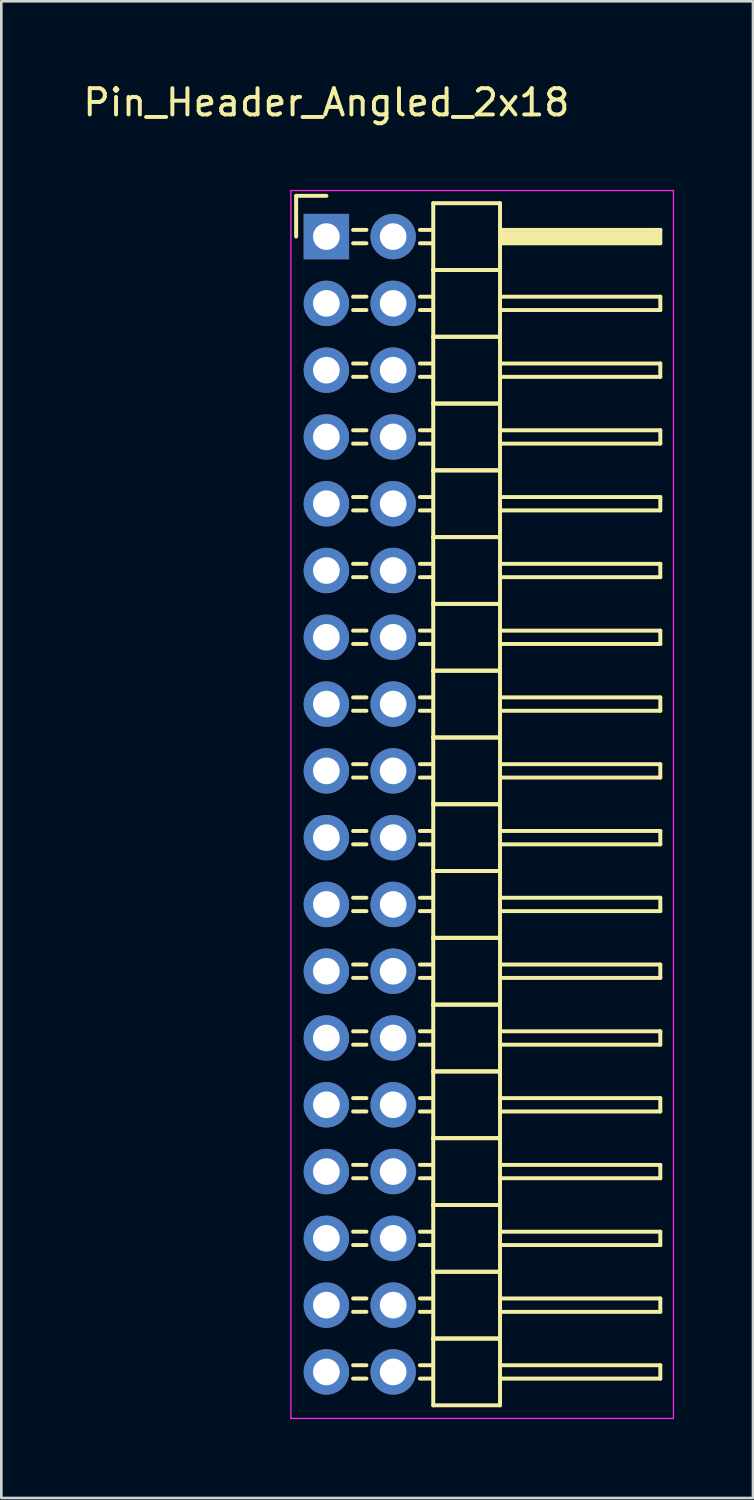
<source format=kicad_pcb>
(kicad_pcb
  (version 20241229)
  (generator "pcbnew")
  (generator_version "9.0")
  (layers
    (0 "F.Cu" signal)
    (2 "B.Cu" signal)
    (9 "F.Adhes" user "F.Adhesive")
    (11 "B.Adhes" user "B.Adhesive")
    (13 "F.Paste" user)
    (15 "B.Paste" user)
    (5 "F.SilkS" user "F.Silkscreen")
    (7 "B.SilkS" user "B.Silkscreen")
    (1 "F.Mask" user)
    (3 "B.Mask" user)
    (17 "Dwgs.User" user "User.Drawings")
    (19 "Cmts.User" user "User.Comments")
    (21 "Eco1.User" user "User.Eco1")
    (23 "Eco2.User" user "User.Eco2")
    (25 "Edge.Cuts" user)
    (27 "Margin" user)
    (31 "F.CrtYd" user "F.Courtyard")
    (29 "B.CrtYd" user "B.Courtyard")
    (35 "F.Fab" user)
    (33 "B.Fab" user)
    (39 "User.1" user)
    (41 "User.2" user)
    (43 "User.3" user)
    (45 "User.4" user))
  (footprint "Pin_Header_Angled_2x18"
    (layer "F.Cu")
    (at 9.363 5.948)
    (property "Reference" "Pin_Header_Angled_2x18" (at 0 -5.1 0) (layer "F.SilkS") (effects (font (size 1 1) (thickness 0.15))))
    (attr through_hole)
    (fp_line (start -1.15 -1.55) (end -1.15 0) (stroke (width 0.15) (type solid)) (layer "F.SilkS"))
    (fp_line (start 0 -1.55) (end -1.15 -1.55) (stroke (width 0.15) (type solid)) (layer "F.SilkS"))
    (fp_line (start 1.524 -0.254) (end 1.016 -0.254) (stroke (width 0.15) (type solid)) (layer "F.SilkS"))
    (fp_line (start 1.524 0.254) (end 1.016 0.254) (stroke (width 0.15) (type solid)) (layer "F.SilkS"))
    (fp_line (start 1.524 2.286) (end 1.016 2.286) (stroke (width 0.15) (type solid)) (layer "F.SilkS"))
    (fp_line (start 1.524 2.794) (end 1.016 2.794) (stroke (width 0.15) (type solid)) (layer "F.SilkS"))
    (fp_line (start 1.524 4.826) (end 1.016 4.826) (stroke (width 0.15) (type solid)) (layer "F.SilkS"))
    (fp_line (start 1.524 5.334) (end 1.016 5.334) (stroke (width 0.15) (type solid)) (layer "F.SilkS"))
    (fp_line (start 1.524 7.366) (end 1.016 7.366) (stroke (width 0.15) (type solid)) (layer "F.SilkS"))
    (fp_line (start 1.524 7.874) (end 1.016 7.874) (stroke (width 0.15) (type solid)) (layer "F.SilkS"))
    (fp_line (start 1.524 9.906) (end 1.016 9.906) (stroke (width 0.15) (type solid)) (layer "F.SilkS"))
    (fp_line (start 1.524 10.414) (end 1.016 10.414) (stroke (width 0.15) (type solid)) (layer "F.SilkS"))
    (fp_line (start 1.524 12.446) (end 1.016 12.446) (stroke (width 0.15) (type solid)) (layer "F.SilkS"))
    (fp_line (start 1.524 12.954) (end 1.016 12.954) (stroke (width 0.15) (type solid)) (layer "F.SilkS"))
    (fp_line (start 1.524 14.986) (end 1.016 14.986) (stroke (width 0.15) (type solid)) (layer "F.SilkS"))
    (fp_line (start 1.524 15.494) (end 1.016 15.494) (stroke (width 0.15) (type solid)) (layer "F.SilkS"))
    (fp_line (start 1.524 17.526) (end 1.016 17.526) (stroke (width 0.15) (type solid)) (layer "F.SilkS"))
    (fp_line (start 1.524 18.034) (end 1.016 18.034) (stroke (width 0.15) (type solid)) (layer "F.SilkS"))
    (fp_line (start 1.524 20.066) (end 1.016 20.066) (stroke (width 0.15) (type solid)) (layer "F.SilkS"))
    (fp_line (start 1.524 20.574) (end 1.016 20.574) (stroke (width 0.15) (type solid)) (layer "F.SilkS"))
    (fp_line (start 1.524 22.606) (end 1.016 22.606) (stroke (width 0.15) (type solid)) (layer "F.SilkS"))
    (fp_line (start 1.524 23.114) (end 1.016 23.114) (stroke (width 0.15) (type solid)) (layer "F.SilkS"))
    (fp_line (start 1.524 25.146) (end 1.016 25.146) (stroke (width 0.15) (type solid)) (layer "F.SilkS"))
    (fp_line (start 1.524 25.654) (end 1.016 25.654) (stroke (width 0.15) (type solid)) (layer "F.SilkS"))
    (fp_line (start 1.524 27.686) (end 1.016 27.686) (stroke (width 0.15) (type solid)) (layer "F.SilkS"))
    (fp_line (start 1.524 28.194) (end 1.016 28.194) (stroke (width 0.15) (type solid)) (layer "F.SilkS"))
    (fp_line (start 1.524 30.226) (end 1.016 30.226) (stroke (width 0.15) (type solid)) (layer "F.SilkS"))
    (fp_line (start 1.524 30.734) (end 1.016 30.734) (stroke (width 0.15) (type solid)) (layer "F.SilkS"))
    (fp_line (start 1.524 32.766) (end 1.016 32.766) (stroke (width 0.15) (type solid)) (layer "F.SilkS"))
    (fp_line (start 1.524 33.274) (end 1.016 33.274) (stroke (width 0.15) (type solid)) (layer "F.SilkS"))
    (fp_line (start 1.524 35.306) (end 1.016 35.306) (stroke (width 0.15) (type solid)) (layer "F.SilkS"))
    (fp_line (start 1.524 35.814) (end 1.016 35.814) (stroke (width 0.15) (type solid)) (layer "F.SilkS"))
    (fp_line (start 1.524 37.846) (end 1.016 37.846) (stroke (width 0.15) (type solid)) (layer "F.SilkS"))
    (fp_line (start 1.524 38.354) (end 1.016 38.354) (stroke (width 0.15) (type solid)) (layer "F.SilkS"))
    (fp_line (start 1.524 40.386) (end 1.016 40.386) (stroke (width 0.15) (type solid)) (layer "F.SilkS"))
    (fp_line (start 1.524 40.894) (end 1.016 40.894) (stroke (width 0.15) (type solid)) (layer "F.SilkS"))
    (fp_line (start 1.524 42.926) (end 1.016 42.926) (stroke (width 0.15) (type solid)) (layer "F.SilkS"))
    (fp_line (start 1.524 43.434) (end 1.016 43.434) (stroke (width 0.15) (type solid)) (layer "F.SilkS"))
    (fp_line (start 4.064 -1.27) (end 4.064 1.27) (stroke (width 0.15) (type solid)) (layer "F.SilkS"))
    (fp_line (start 4.064 -1.27) (end 6.604 -1.27) (stroke (width 0.15) (type solid)) (layer "F.SilkS"))
    (fp_line (start 4.064 -0.254) (end 3.556 -0.254) (stroke (width 0.15) (type solid)) (layer "F.SilkS"))
    (fp_line (start 4.064 0.254) (end 3.556 0.254) (stroke (width 0.15) (type solid)) (layer "F.SilkS"))
    (fp_line (start 4.064 1.27) (end 4.064 3.81) (stroke (width 0.15) (type solid)) (layer "F.SilkS"))
    (fp_line (start 4.064 1.27) (end 6.604 1.27) (stroke (width 0.15) (type solid)) (layer "F.SilkS"))
    (fp_line (start 4.064 1.27) (end 6.604 1.27) (stroke (width 0.15) (type solid)) (layer "F.SilkS"))
    (fp_line (start 4.064 2.286) (end 3.556 2.286) (stroke (width 0.15) (type solid)) (layer "F.SilkS"))
    (fp_line (start 4.064 2.794) (end 3.556 2.794) (stroke (width 0.15) (type solid)) (layer "F.SilkS"))
    (fp_line (start 4.064 3.81) (end 4.064 6.35) (stroke (width 0.15) (type solid)) (layer "F.SilkS"))
    (fp_line (start 4.064 3.81) (end 6.604 3.81) (stroke (width 0.15) (type solid)) (layer "F.SilkS"))
    (fp_line (start 4.064 3.81) (end 6.604 3.81) (stroke (width 0.15) (type solid)) (layer "F.SilkS"))
    (fp_line (start 4.064 4.826) (end 3.556 4.826) (stroke (width 0.15) (type solid)) (layer "F.SilkS"))
    (fp_line (start 4.064 5.334) (end 3.556 5.334) (stroke (width 0.15) (type solid)) (layer "F.SilkS"))
    (fp_line (start 4.064 6.35) (end 4.064 8.89) (stroke (width 0.15) (type solid)) (layer "F.SilkS"))
    (fp_line (start 4.064 6.35) (end 6.604 6.35) (stroke (width 0.15) (type solid)) (layer "F.SilkS"))
    (fp_line (start 4.064 6.35) (end 6.604 6.35) (stroke (width 0.15) (type solid)) (layer "F.SilkS"))
    (fp_line (start 4.064 7.366) (end 3.556 7.366) (stroke (width 0.15) (type solid)) (layer "F.SilkS"))
    (fp_line (start 4.064 7.874) (end 3.556 7.874) (stroke (width 0.15) (type solid)) (layer "F.SilkS"))
    (fp_line (start 4.064 8.89) (end 4.064 11.43) (stroke (width 0.15) (type solid)) (layer "F.SilkS"))
    (fp_line (start 4.064 8.89) (end 6.604 8.89) (stroke (width 0.15) (type solid)) (layer "F.SilkS"))
    (fp_line (start 4.064 8.89) (end 6.604 8.89) (stroke (width 0.15) (type solid)) (layer "F.SilkS"))
    (fp_line (start 4.064 9.906) (end 3.556 9.906) (stroke (width 0.15) (type solid)) (layer "F.SilkS"))
    (fp_line (start 4.064 10.414) (end 3.556 10.414) (stroke (width 0.15) (type solid)) (layer "F.SilkS"))
    (fp_line (start 4.064 11.43) (end 4.064 13.97) (stroke (width 0.15) (type solid)) (layer "F.SilkS"))
    (fp_line (start 4.064 11.43) (end 6.604 11.43) (stroke (width 0.15) (type solid)) (layer "F.SilkS"))
    (fp_line (start 4.064 11.43) (end 6.604 11.43) (stroke (width 0.15) (type solid)) (layer "F.SilkS"))
    (fp_line (start 4.064 12.446) (end 3.556 12.446) (stroke (width 0.15) (type solid)) (layer "F.SilkS"))
    (fp_line (start 4.064 12.954) (end 3.556 12.954) (stroke (width 0.15) (type solid)) (layer "F.SilkS"))
    (fp_line (start 4.064 13.97) (end 4.064 16.51) (stroke (width 0.15) (type solid)) (layer "F.SilkS"))
    (fp_line (start 4.064 13.97) (end 6.604 13.97) (stroke (width 0.15) (type solid)) (layer "F.SilkS"))
    (fp_line (start 4.064 13.97) (end 6.604 13.97) (stroke (width 0.15) (type solid)) (layer "F.SilkS"))
    (fp_line (start 4.064 14.986) (end 3.556 14.986) (stroke (width 0.15) (type solid)) (layer "F.SilkS"))
    (fp_line (start 4.064 15.494) (end 3.556 15.494) (stroke (width 0.15) (type solid)) (layer "F.SilkS"))
    (fp_line (start 4.064 16.51) (end 4.064 19.05) (stroke (width 0.15) (type solid)) (layer "F.SilkS"))
    (fp_line (start 4.064 16.51) (end 6.604 16.51) (stroke (width 0.15) (type solid)) (layer "F.SilkS"))
    (fp_line (start 4.064 16.51) (end 6.604 16.51) (stroke (width 0.15) (type solid)) (layer "F.SilkS"))
    (fp_line (start 4.064 17.526) (end 3.556 17.526) (stroke (width 0.15) (type solid)) (layer "F.SilkS"))
    (fp_line (start 4.064 18.034) (end 3.556 18.034) (stroke (width 0.15) (type solid)) (layer "F.SilkS"))
    (fp_line (start 4.064 19.05) (end 4.064 21.59) (stroke (width 0.15) (type solid)) (layer "F.SilkS"))
    (fp_line (start 4.064 19.05) (end 6.604 19.05) (stroke (width 0.15) (type solid)) (layer "F.SilkS"))
    (fp_line (start 4.064 19.05) (end 6.604 19.05) (stroke (width 0.15) (type solid)) (layer "F.SilkS"))
    (fp_line (start 4.064 20.066) (end 3.556 20.066) (stroke (width 0.15) (type solid)) (layer "F.SilkS"))
    (fp_line (start 4.064 20.574) (end 3.556 20.574) (stroke (width 0.15) (type solid)) (layer "F.SilkS"))
    (fp_line (start 4.064 21.59) (end 4.064 24.13) (stroke (width 0.15) (type solid)) (layer "F.SilkS"))
    (fp_line (start 4.064 21.59) (end 6.604 21.59) (stroke (width 0.15) (type solid)) (layer "F.SilkS"))
    (fp_line (start 4.064 21.59) (end 6.604 21.59) (stroke (width 0.15) (type solid)) (layer "F.SilkS"))
    (fp_line (start 4.064 22.606) (end 3.556 22.606) (stroke (width 0.15) (type solid)) (layer "F.SilkS"))
    (fp_line (start 4.064 23.114) (end 3.556 23.114) (stroke (width 0.15) (type solid)) (layer "F.SilkS"))
    (fp_line (start 4.064 24.13) (end 4.064 26.67) (stroke (width 0.15) (type solid)) (layer "F.SilkS"))
    (fp_line (start 4.064 24.13) (end 6.604 24.13) (stroke (width 0.15) (type solid)) (layer "F.SilkS"))
    (fp_line (start 4.064 24.13) (end 6.604 24.13) (stroke (width 0.15) (type solid)) (layer "F.SilkS"))
    (fp_line (start 4.064 25.146) (end 3.556 25.146) (stroke (width 0.15) (type solid)) (layer "F.SilkS"))
    (fp_line (start 4.064 25.654) (end 3.556 25.654) (stroke (width 0.15) (type solid)) (layer "F.SilkS"))
    (fp_line (start 4.064 26.67) (end 4.064 29.21) (stroke (width 0.15) (type solid)) (layer "F.SilkS"))
    (fp_line (start 4.064 26.67) (end 6.604 26.67) (stroke (width 0.15) (type solid)) (layer "F.SilkS"))
    (fp_line (start 4.064 26.67) (end 6.604 26.67) (stroke (width 0.15) (type solid)) (layer "F.SilkS"))
    (fp_line (start 4.064 27.686) (end 3.556 27.686) (stroke (width 0.15) (type solid)) (layer "F.SilkS"))
    (fp_line (start 4.064 28.194) (end 3.556 28.194) (stroke (width 0.15) (type solid)) (layer "F.SilkS"))
    (fp_line (start 4.064 29.21) (end 4.064 31.75) (stroke (width 0.15) (type solid)) (layer "F.SilkS"))
    (fp_line (start 4.064 29.21) (end 6.604 29.21) (stroke (width 0.15) (type solid)) (layer "F.SilkS"))
    (fp_line (start 4.064 29.21) (end 6.604 29.21) (stroke (width 0.15) (type solid)) (layer "F.SilkS"))
    (fp_line (start 4.064 30.226) (end 3.556 30.226) (stroke (width 0.15) (type solid)) (layer "F.SilkS"))
    (fp_line (start 4.064 30.734) (end 3.556 30.734) (stroke (width 0.15) (type solid)) (layer "F.SilkS"))
    (fp_line (start 4.064 31.75) (end 4.064 34.29) (stroke (width 0.15) (type solid)) (layer "F.SilkS"))
    (fp_line (start 4.064 31.75) (end 6.604 31.75) (stroke (width 0.15) (type solid)) (layer "F.SilkS"))
    (fp_line (start 4.064 31.75) (end 6.604 31.75) (stroke (width 0.15) (type solid)) (layer "F.SilkS"))
    (fp_line (start 4.064 32.766) (end 3.556 32.766) (stroke (width 0.15) (type solid)) (layer "F.SilkS"))
    (fp_line (start 4.064 33.274) (end 3.556 33.274) (stroke (width 0.15) (type solid)) (layer "F.SilkS"))
    (fp_line (start 4.064 34.29) (end 4.064 36.83) (stroke (width 0.15) (type solid)) (layer "F.SilkS"))
    (fp_line (start 4.064 34.29) (end 6.604 34.29) (stroke (width 0.15) (type solid)) (layer "F.SilkS"))
    (fp_line (start 4.064 34.29) (end 6.604 34.29) (stroke (width 0.15) (type solid)) (layer "F.SilkS"))
    (fp_line (start 4.064 35.306) (end 3.556 35.306) (stroke (width 0.15) (type solid)) (layer "F.SilkS"))
    (fp_line (start 4.064 35.814) (end 3.556 35.814) (stroke (width 0.15) (type solid)) (layer "F.SilkS"))
    (fp_line (start 4.064 36.83) (end 4.064 39.37) (stroke (width 0.15) (type solid)) (layer "F.SilkS"))
    (fp_line (start 4.064 36.83) (end 6.604 36.83) (stroke (width 0.15) (type solid)) (layer "F.SilkS"))
    (fp_line (start 4.064 36.83) (end 6.604 36.83) (stroke (width 0.15) (type solid)) (layer "F.SilkS"))
    (fp_line (start 4.064 37.846) (end 3.556 37.846) (stroke (width 0.15) (type solid)) (layer "F.SilkS"))
    (fp_line (start 4.064 38.354) (end 3.556 38.354) (stroke (width 0.15) (type solid)) (layer "F.SilkS"))
    (fp_line (start 4.064 39.37) (end 4.064 41.91) (stroke (width 0.15) (type solid)) (layer "F.SilkS"))
    (fp_line (start 4.064 39.37) (end 6.604 39.37) (stroke (width 0.15) (type solid)) (layer "F.SilkS"))
    (fp_line (start 4.064 39.37) (end 6.604 39.37) (stroke (width 0.15) (type solid)) (layer "F.SilkS"))
    (fp_line (start 4.064 40.386) (end 3.556 40.386) (stroke (width 0.15) (type solid)) (layer "F.SilkS"))
    (fp_line (start 4.064 40.894) (end 3.556 40.894) (stroke (width 0.15) (type solid)) (layer "F.SilkS"))
    (fp_line (start 4.064 41.91) (end 4.064 44.45) (stroke (width 0.15) (type solid)) (layer "F.SilkS"))
    (fp_line (start 4.064 41.91) (end 6.604 41.91) (stroke (width 0.15) (type solid)) (layer "F.SilkS"))
    (fp_line (start 4.064 41.91) (end 6.604 41.91) (stroke (width 0.15) (type solid)) (layer "F.SilkS"))
    (fp_line (start 4.064 42.926) (end 3.556 42.926) (stroke (width 0.15) (type solid)) (layer "F.SilkS"))
    (fp_line (start 4.064 43.434) (end 3.556 43.434) (stroke (width 0.15) (type solid)) (layer "F.SilkS"))
    (fp_line (start 4.064 44.45) (end 6.604 44.45) (stroke (width 0.15) (type solid)) (layer "F.SilkS"))
    (fp_line (start 6.604 -0.254) (end 12.7 -0.254) (stroke (width 0.15) (type solid)) (layer "F.SilkS"))
    (fp_line (start 6.604 -0.127) (end 12.573 -0.127) (stroke (width 0.15) (type solid)) (layer "F.SilkS"))
    (fp_line (start 6.604 1.27) (end 6.604 -1.27) (stroke (width 0.15) (type solid)) (layer "F.SilkS"))
    (fp_line (start 6.604 2.286) (end 12.7 2.286) (stroke (width 0.15) (type solid)) (layer "F.SilkS"))
    (fp_line (start 6.604 3.81) (end 6.604 1.27) (stroke (width 0.15) (type solid)) (layer "F.SilkS"))
    (fp_line (start 6.604 4.826) (end 12.7 4.826) (stroke (width 0.15) (type solid)) (layer "F.SilkS"))
    (fp_line (start 6.604 6.35) (end 6.604 3.81) (stroke (width 0.15) (type solid)) (layer "F.SilkS"))
    (fp_line (start 6.604 7.366) (end 12.7 7.366) (stroke (width 0.15) (type solid)) (layer "F.SilkS"))
    (fp_line (start 6.604 8.89) (end 6.604 6.35) (stroke (width 0.15) (type solid)) (layer "F.SilkS"))
    (fp_line (start 6.604 9.906) (end 12.7 9.906) (stroke (width 0.15) (type solid)) (layer "F.SilkS"))
    (fp_line (start 6.604 11.43) (end 6.604 8.89) (stroke (width 0.15) (type solid)) (layer "F.SilkS"))
    (fp_line (start 6.604 12.446) (end 12.7 12.446) (stroke (width 0.15) (type solid)) (layer "F.SilkS"))
    (fp_line (start 6.604 13.97) (end 6.604 11.43) (stroke (width 0.15) (type solid)) (layer "F.SilkS"))
    (fp_line (start 6.604 14.986) (end 12.7 14.986) (stroke (width 0.15) (type solid)) (layer "F.SilkS"))
    (fp_line (start 6.604 16.51) (end 6.604 13.97) (stroke (width 0.15) (type solid)) (layer "F.SilkS"))
    (fp_line (start 6.604 17.526) (end 12.7 17.526) (stroke (width 0.15) (type solid)) (layer "F.SilkS"))
    (fp_line (start 6.604 19.05) (end 6.604 16.51) (stroke (width 0.15) (type solid)) (layer "F.SilkS"))
    (fp_line (start 6.604 20.066) (end 12.7 20.066) (stroke (width 0.15) (type solid)) (layer "F.SilkS"))
    (fp_line (start 6.604 21.59) (end 6.604 19.05) (stroke (width 0.15) (type solid)) (layer "F.SilkS"))
    (fp_line (start 6.604 22.606) (end 12.7 22.606) (stroke (width 0.15) (type solid)) (layer "F.SilkS"))
    (fp_line (start 6.604 24.13) (end 6.604 21.59) (stroke (width 0.15) (type solid)) (layer "F.SilkS"))
    (fp_line (start 6.604 25.146) (end 12.7 25.146) (stroke (width 0.15) (type solid)) (layer "F.SilkS"))
    (fp_line (start 6.604 26.67) (end 6.604 24.13) (stroke (width 0.15) (type solid)) (layer "F.SilkS"))
    (fp_line (start 6.604 27.686) (end 12.7 27.686) (stroke (width 0.15) (type solid)) (layer "F.SilkS"))
    (fp_line (start 6.604 29.21) (end 6.604 26.67) (stroke (width 0.15) (type solid)) (layer "F.SilkS"))
    (fp_line (start 6.604 30.226) (end 12.7 30.226) (stroke (width 0.15) (type solid)) (layer "F.SilkS"))
    (fp_line (start 6.604 31.75) (end 6.604 29.21) (stroke (width 0.15) (type solid)) (layer "F.SilkS"))
    (fp_line (start 6.604 32.766) (end 12.7 32.766) (stroke (width 0.15) (type solid)) (layer "F.SilkS"))
    (fp_line (start 6.604 34.29) (end 6.604 31.75) (stroke (width 0.15) (type solid)) (layer "F.SilkS"))
    (fp_line (start 6.604 35.306) (end 12.7 35.306) (stroke (width 0.15) (type solid)) (layer "F.SilkS"))
    (fp_line (start 6.604 36.83) (end 6.604 34.29) (stroke (width 0.15) (type solid)) (layer "F.SilkS"))
    (fp_line (start 6.604 37.846) (end 12.7 37.846) (stroke (width 0.15) (type solid)) (layer "F.SilkS"))
    (fp_line (start 6.604 39.37) (end 6.604 36.83) (stroke (width 0.15) (type solid)) (layer "F.SilkS"))
    (fp_line (start 6.604 40.386) (end 12.7 40.386) (stroke (width 0.15) (type solid)) (layer "F.SilkS"))
    (fp_line (start 6.604 41.91) (end 6.604 39.37) (stroke (width 0.15) (type solid)) (layer "F.SilkS"))
    (fp_line (start 6.604 42.926) (end 12.7 42.926) (stroke (width 0.15) (type solid)) (layer "F.SilkS"))
    (fp_line (start 6.604 44.45) (end 6.604 41.91) (stroke (width 0.15) (type solid)) (layer "F.SilkS"))
    (fp_line (start 6.731 0) (end 12.573 0) (stroke (width 0.15) (type solid)) (layer "F.SilkS"))
    (fp_line (start 6.731 0.127) (end 6.731 0) (stroke (width 0.15) (type solid)) (layer "F.SilkS"))
    (fp_line (start 12.573 -0.127) (end 12.573 0.127) (stroke (width 0.15) (type solid)) (layer "F.SilkS"))
    (fp_line (start 12.573 0.127) (end 6.731 0.127) (stroke (width 0.15) (type solid)) (layer "F.SilkS"))
    (fp_line (start 12.7 -0.254) (end 12.7 0.254) (stroke (width 0.15) (type solid)) (layer "F.SilkS"))
    (fp_line (start 12.7 0.254) (end 6.604 0.254) (stroke (width 0.15) (type solid)) (layer "F.SilkS"))
    (fp_line (start 12.7 2.286) (end 12.7 2.794) (stroke (width 0.15) (type solid)) (layer "F.SilkS"))
    (fp_line (start 12.7 2.794) (end 6.604 2.794) (stroke (width 0.15) (type solid)) (layer "F.SilkS"))
    (fp_line (start 12.7 4.826) (end 12.7 5.334) (stroke (width 0.15) (type solid)) (layer "F.SilkS"))
    (fp_line (start 12.7 5.334) (end 6.604 5.334) (stroke (width 0.15) (type solid)) (layer "F.SilkS"))
    (fp_line (start 12.7 7.366) (end 12.7 7.874) (stroke (width 0.15) (type solid)) (layer "F.SilkS"))
    (fp_line (start 12.7 7.874) (end 6.604 7.874) (stroke (width 0.15) (type solid)) (layer "F.SilkS"))
    (fp_line (start 12.7 9.906) (end 12.7 10.414) (stroke (width 0.15) (type solid)) (layer "F.SilkS"))
    (fp_line (start 12.7 10.414) (end 6.604 10.414) (stroke (width 0.15) (type solid)) (layer "F.SilkS"))
    (fp_line (start 12.7 12.446) (end 12.7 12.954) (stroke (width 0.15) (type solid)) (layer "F.SilkS"))
    (fp_line (start 12.7 12.954) (end 6.604 12.954) (stroke (width 0.15) (type solid)) (layer "F.SilkS"))
    (fp_line (start 12.7 14.986) (end 12.7 15.494) (stroke (width 0.15) (type solid)) (layer "F.SilkS"))
    (fp_line (start 12.7 15.494) (end 6.604 15.494) (stroke (width 0.15) (type solid)) (layer "F.SilkS"))
    (fp_line (start 12.7 17.526) (end 12.7 18.034) (stroke (width 0.15) (type solid)) (layer "F.SilkS"))
    (fp_line (start 12.7 18.034) (end 6.604 18.034) (stroke (width 0.15) (type solid)) (layer "F.SilkS"))
    (fp_line (start 12.7 20.066) (end 12.7 20.574) (stroke (width 0.15) (type solid)) (layer "F.SilkS"))
    (fp_line (start 12.7 20.574) (end 6.604 20.574) (stroke (width 0.15) (type solid)) (layer "F.SilkS"))
    (fp_line (start 12.7 22.606) (end 12.7 23.114) (stroke (width 0.15) (type solid)) (layer "F.SilkS"))
    (fp_line (start 12.7 23.114) (end 6.604 23.114) (stroke (width 0.15) (type solid)) (layer "F.SilkS"))
    (fp_line (start 12.7 25.146) (end 12.7 25.654) (stroke (width 0.15) (type solid)) (layer "F.SilkS"))
    (fp_line (start 12.7 25.654) (end 6.604 25.654) (stroke (width 0.15) (type solid)) (layer "F.SilkS"))
    (fp_line (start 12.7 27.686) (end 12.7 28.194) (stroke (width 0.15) (type solid)) (layer "F.SilkS"))
    (fp_line (start 12.7 28.194) (end 6.604 28.194) (stroke (width 0.15) (type solid)) (layer "F.SilkS"))
    (fp_line (start 12.7 30.226) (end 12.7 30.734) (stroke (width 0.15) (type solid)) (layer "F.SilkS"))
    (fp_line (start 12.7 30.734) (end 6.604 30.734) (stroke (width 0.15) (type solid)) (layer "F.SilkS"))
    (fp_line (start 12.7 32.766) (end 12.7 33.274) (stroke (width 0.15) (type solid)) (layer "F.SilkS"))
    (fp_line (start 12.7 33.274) (end 6.604 33.274) (stroke (width 0.15) (type solid)) (layer "F.SilkS"))
    (fp_line (start 12.7 35.306) (end 12.7 35.814) (stroke (width 0.15) (type solid)) (layer "F.SilkS"))
    (fp_line (start 12.7 35.814) (end 6.604 35.814) (stroke (width 0.15) (type solid)) (layer "F.SilkS"))
    (fp_line (start 12.7 37.846) (end 12.7 38.354) (stroke (width 0.15) (type solid)) (layer "F.SilkS"))
    (fp_line (start 12.7 38.354) (end 6.604 38.354) (stroke (width 0.15) (type solid)) (layer "F.SilkS"))
    (fp_line (start 12.7 40.386) (end 12.7 40.894) (stroke (width 0.15) (type solid)) (layer "F.SilkS"))
    (fp_line (start 12.7 40.894) (end 6.604 40.894) (stroke (width 0.15) (type solid)) (layer "F.SilkS"))
    (fp_line (start 12.7 42.926) (end 12.7 43.434) (stroke (width 0.15) (type solid)) (layer "F.SilkS"))
    (fp_line (start 12.7 43.434) (end 6.604 43.434) (stroke (width 0.15) (type solid)) (layer "F.SilkS"))
    (fp_line (start -1.35 -1.75) (end -1.35 44.95) (stroke (width 0.05) (type solid)) (layer "F.CrtYd"))
    (fp_line (start -1.35 -1.75) (end 13.2 -1.75) (stroke (width 0.05) (type solid)) (layer "F.CrtYd"))
    (fp_line (start -1.35 44.95) (end 13.2 44.95) (stroke (width 0.05) (type solid)) (layer "F.CrtYd"))
    (fp_line (start 13.2 -1.75) (end 13.2 44.95) (stroke (width 0.05) (type solid)) (layer "F.CrtYd"))
    (pad "1" thru_hole rect (at 0 0) (size 1.727 1.727) (drill 1.016) (layers "*.Cu" "*.Mask"))
    (pad "2" thru_hole oval (at 2.54 0) (size 1.727 1.727) (drill 1.016) (layers "*.Cu" "*.Mask"))
    (pad "3" thru_hole oval (at 0 2.54) (size 1.727 1.727) (drill 1.016) (layers "*.Cu" "*.Mask"))
    (pad "4" thru_hole oval (at 2.54 2.54) (size 1.727 1.727) (drill 1.016) (layers "*.Cu" "*.Mask"))
    (pad "5" thru_hole oval (at 0 5.08) (size 1.727 1.727) (drill 1.016) (layers "*.Cu" "*.Mask"))
    (pad "6" thru_hole oval (at 2.54 5.08) (size 1.727 1.727) (drill 1.016) (layers "*.Cu" "*.Mask"))
    (pad "7" thru_hole oval (at 0 7.62) (size 1.727 1.727) (drill 1.016) (layers "*.Cu" "*.Mask"))
    (pad "8" thru_hole oval (at 2.54 7.62) (size 1.727 1.727) (drill 1.016) (layers "*.Cu" "*.Mask"))
    (pad "9" thru_hole oval (at 0 10.16) (size 1.727 1.727) (drill 1.016) (layers "*.Cu" "*.Mask"))
    (pad "10" thru_hole oval (at 2.54 10.16) (size 1.727 1.727) (drill 1.016) (layers "*.Cu" "*.Mask"))
    (pad "11" thru_hole oval (at 0 12.7) (size 1.727 1.727) (drill 1.016) (layers "*.Cu" "*.Mask"))
    (pad "12" thru_hole oval (at 2.54 12.7) (size 1.727 1.727) (drill 1.016) (layers "*.Cu" "*.Mask"))
    (pad "13" thru_hole oval (at 0 15.24) (size 1.727 1.727) (drill 1.016) (layers "*.Cu" "*.Mask"))
    (pad "14" thru_hole oval (at 2.54 15.24) (size 1.727 1.727) (drill 1.016) (layers "*.Cu" "*.Mask"))
    (pad "15" thru_hole oval (at 0 17.78) (size 1.727 1.727) (drill 1.016) (layers "*.Cu" "*.Mask"))
    (pad "16" thru_hole oval (at 2.54 17.78) (size 1.727 1.727) (drill 1.016) (layers "*.Cu" "*.Mask"))
    (pad "17" thru_hole oval (at 0 20.32) (size 1.727 1.727) (drill 1.016) (layers "*.Cu" "*.Mask"))
    (pad "18" thru_hole oval (at 2.54 20.32) (size 1.727 1.727) (drill 1.016) (layers "*.Cu" "*.Mask"))
    (pad "19" thru_hole oval (at 0 22.86) (size 1.727 1.727) (drill 1.016) (layers "*.Cu" "*.Mask"))
    (pad "20" thru_hole oval (at 2.54 22.86) (size 1.727 1.727) (drill 1.016) (layers "*.Cu" "*.Mask"))
    (pad "21" thru_hole oval (at 0 25.4) (size 1.727 1.727) (drill 1.016) (layers "*.Cu" "*.Mask"))
    (pad "22" thru_hole oval (at 2.54 25.4) (size 1.727 1.727) (drill 1.016) (layers "*.Cu" "*.Mask"))
    (pad "23" thru_hole oval (at 0 27.94) (size 1.727 1.727) (drill 1.016) (layers "*.Cu" "*.Mask"))
    (pad "24" thru_hole oval (at 2.54 27.94) (size 1.727 1.727) (drill 1.016) (layers "*.Cu" "*.Mask"))
    (pad "25" thru_hole oval (at 0 30.48) (size 1.727 1.727) (drill 1.016) (layers "*.Cu" "*.Mask"))
    (pad "26" thru_hole oval (at 2.54 30.48) (size 1.727 1.727) (drill 1.016) (layers "*.Cu" "*.Mask"))
    (pad "27" thru_hole oval (at 0 33.02) (size 1.727 1.727) (drill 1.016) (layers "*.Cu" "*.Mask"))
    (pad "28" thru_hole oval (at 2.54 33.02) (size 1.727 1.727) (drill 1.016) (layers "*.Cu" "*.Mask"))
    (pad "29" thru_hole oval (at 0 35.56) (size 1.727 1.727) (drill 1.016) (layers "*.Cu" "*.Mask"))
    (pad "30" thru_hole oval (at 2.54 35.56) (size 1.727 1.727) (drill 1.016) (layers "*.Cu" "*.Mask"))
    (pad "31" thru_hole oval (at 0 38.1) (size 1.727 1.727) (drill 1.016) (layers "*.Cu" "*.Mask"))
    (pad "32" thru_hole oval (at 2.54 38.1) (size 1.727 1.727) (drill 1.016) (layers "*.Cu" "*.Mask"))
    (pad "33" thru_hole oval (at 0 40.64) (size 1.727 1.727) (drill 1.016) (layers "*.Cu" "*.Mask"))
    (pad "34" thru_hole oval (at 2.54 40.64) (size 1.727 1.727) (drill 1.016) (layers "*.Cu" "*.Mask"))
    (pad "35" thru_hole oval (at 0 43.18) (size 1.727 1.727) (drill 1.016) (layers "*.Cu" "*.Mask"))
    (pad "36" thru_hole oval (at 2.54 43.18) (size 1.727 1.727) (drill 1.016) (layers "*.Cu" "*.Mask")))
  (gr_rect
    (start -3 -3)
    (end 25.588 53.923)
    (stroke (width 0.1) (type default))
    (fill no)
    (layer "Edge.Cuts")))
</source>
